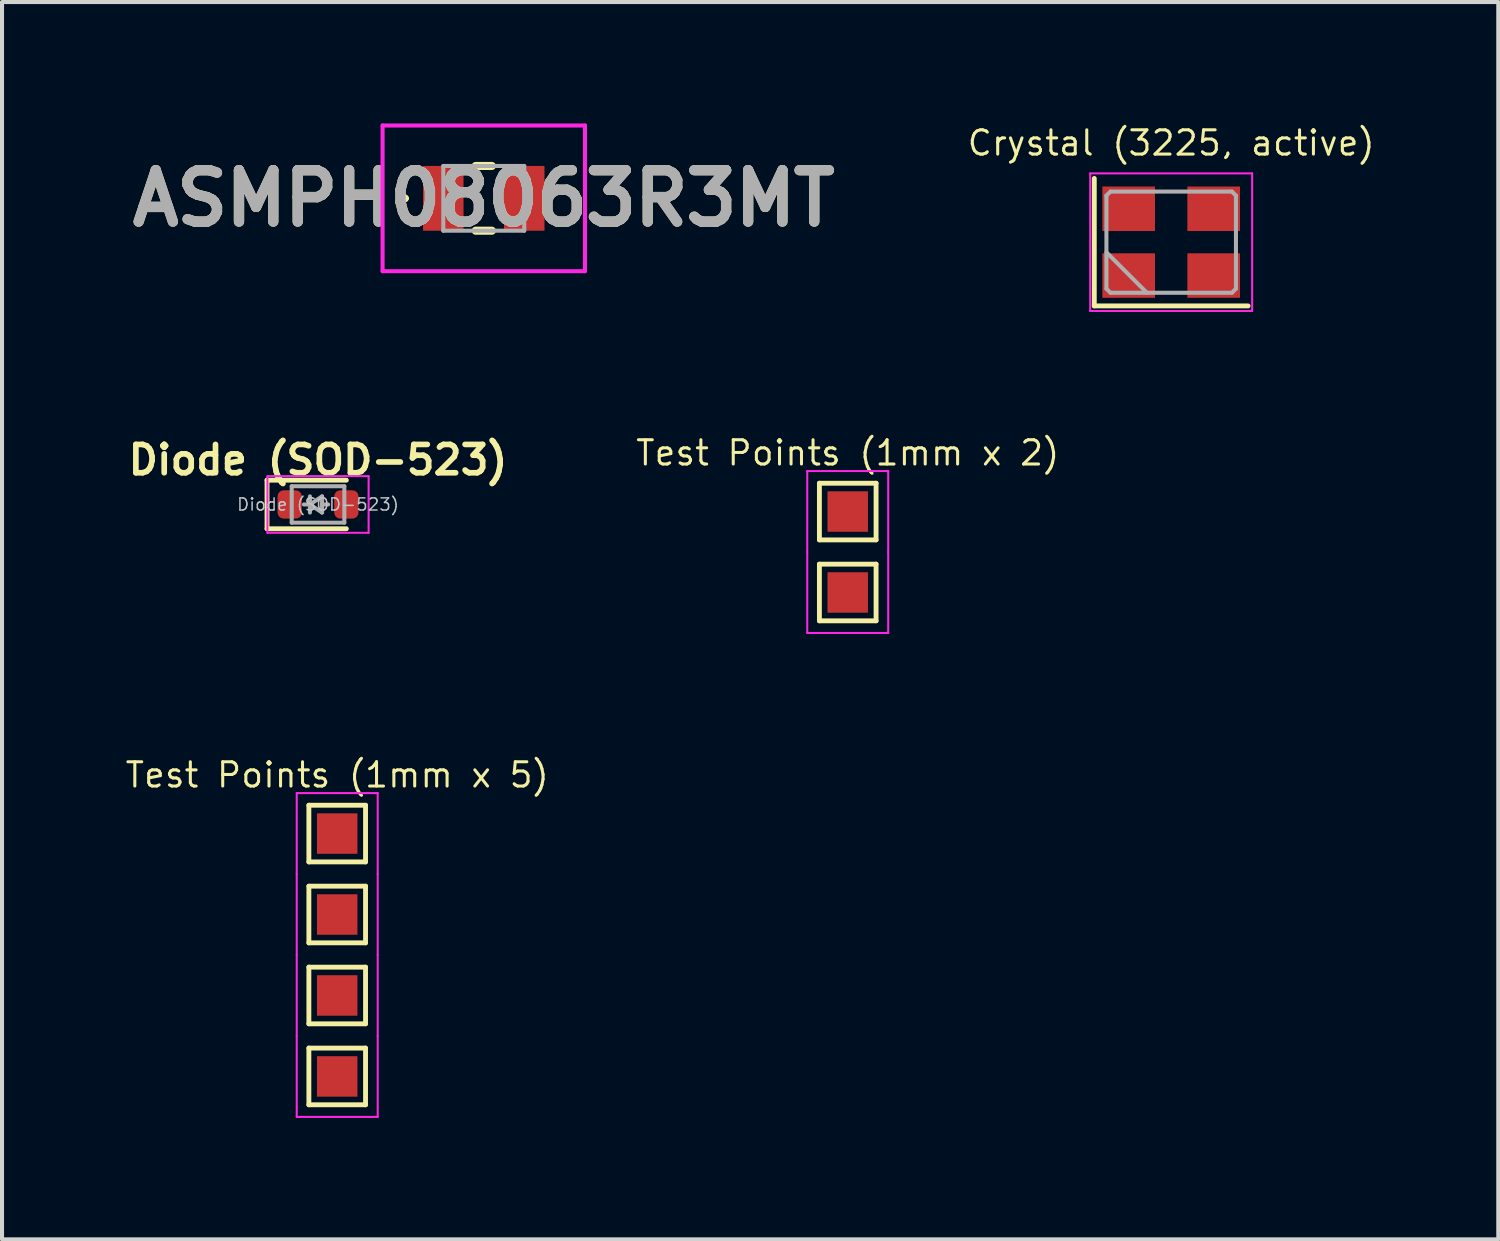
<source format=kicad_pcb>
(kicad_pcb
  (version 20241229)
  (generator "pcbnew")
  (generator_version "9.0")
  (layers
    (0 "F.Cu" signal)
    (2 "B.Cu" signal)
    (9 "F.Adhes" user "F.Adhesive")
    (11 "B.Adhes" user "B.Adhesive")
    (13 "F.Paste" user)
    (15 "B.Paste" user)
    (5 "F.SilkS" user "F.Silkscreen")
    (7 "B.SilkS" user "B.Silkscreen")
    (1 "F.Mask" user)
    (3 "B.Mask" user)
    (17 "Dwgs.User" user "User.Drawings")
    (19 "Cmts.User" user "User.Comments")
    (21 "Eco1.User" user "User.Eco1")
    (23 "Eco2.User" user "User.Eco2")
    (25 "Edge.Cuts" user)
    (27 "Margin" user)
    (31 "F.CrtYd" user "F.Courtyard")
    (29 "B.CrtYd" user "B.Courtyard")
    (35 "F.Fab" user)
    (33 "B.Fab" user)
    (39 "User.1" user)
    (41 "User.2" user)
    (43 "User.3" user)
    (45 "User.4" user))
  (footprint "Diode (SOD-523)"
    (layer "F.Cu")
    (at 4.807 9.413)
    (property "Reference" "Diode (SOD-523)" (at 0 -1.1 0) (layer "F.SilkS") (effects (font (size 0.7 0.7) (thickness 0.14) (bold yes))))
    (property "Value" "Diode (SOD-523)" (at 0 1.4 0) (layer "F.Fab") (hide yes) (effects (font (size 1 1) (thickness 0.15))))
    (attr smd)
    (fp_line (start -1.26 -0.6) (end -1.26 0.6) (stroke (width 0.12) (type solid)) (layer "F.SilkS"))
    (fp_line (start 0.7 -0.6) (end -1.26 -0.6) (stroke (width 0.12) (type solid)) (layer "F.SilkS"))
    (fp_line (start 0.7 0.6) (end -1.26 0.6) (stroke (width 0.12) (type solid)) (layer "F.SilkS"))
    (fp_line (start -1.25 -0.7) (end 1.25 -0.7) (stroke (width 0.05) (type solid)) (layer "F.CrtYd"))
    (fp_line (start -1.25 0.7) (end -1.25 -0.7) (stroke (width 0.05) (type solid)) (layer "F.CrtYd"))
    (fp_line (start 1.25 -0.7) (end 1.25 0.7) (stroke (width 0.05) (type solid)) (layer "F.CrtYd"))
    (fp_line (start 1.25 0.7) (end -1.25 0.7) (stroke (width 0.05) (type solid)) (layer "F.CrtYd"))
    (fp_line (start -0.65 -0.45) (end 0.65 -0.45) (stroke (width 0.1) (type solid)) (layer "F.Fab"))
    (fp_line (start -0.65 0.45) (end -0.65 -0.45) (stroke (width 0.1) (type solid)) (layer "F.Fab"))
    (fp_line (start -0.2 0) (end -0.35 0) (stroke (width 0.1) (type solid)) (layer "F.Fab"))
    (fp_line (start -0.2 0) (end 0.1 0.2) (stroke (width 0.1) (type solid)) (layer "F.Fab"))
    (fp_line (start -0.2 0.2) (end -0.2 -0.2) (stroke (width 0.1) (type solid)) (layer "F.Fab"))
    (fp_line (start 0.1 -0.2) (end -0.2 0) (stroke (width 0.1) (type solid)) (layer "F.Fab"))
    (fp_line (start 0.1 0) (end 0.25 0) (stroke (width 0.1) (type solid)) (layer "F.Fab"))
    (fp_line (start 0.1 0.2) (end 0.1 -0.2) (stroke (width 0.1) (type solid)) (layer "F.Fab"))
    (fp_line (start 0.65 -0.45) (end 0.65 0.45) (stroke (width 0.1) (type solid)) (layer "F.Fab"))
    (fp_line (start 0.65 0.45) (end -0.65 0.45) (stroke (width 0.1) (type solid)) (layer "F.Fab"))
    (fp_text user "${VALUE}" (at 0 0 0) (layer "Dwgs.User") (effects (font (size 0.3 0.3) (thickness 0.037))))
    (pad "1" smd roundrect (at -0.7 0 180) (size 0.6 0.7) (layers "F.Cu" "F.Mask" "F.Paste") (roundrect_rratio 0.25))
    (pad "2" smd roundrect (at 0.7 0 180) (size 0.6 0.7) (layers "F.Cu" "F.Mask" "F.Paste") (roundrect_rratio 0.25)))
  (footprint "Test Points (1mm x 2)"
    (layer "F.Cu")
    (at 17.894 9.588)
    (property "Reference" "Test Points (1mm x 2)" (at 0 -1.448 0) (layer "F.SilkS") (effects (font (size 0.6 0.6) (thickness 0.075))))
    (attr exclude_from_pos_files exclude_from_bom)
    (fp_line (start -0.7 -0.7) (end 0.7 -0.7) (stroke (width 0.12) (type solid)) (layer "F.SilkS"))
    (fp_line (start -0.7 0.7) (end -0.7 -0.7) (stroke (width 0.12) (type solid)) (layer "F.SilkS"))
    (fp_line (start -0.7 1.3) (end 0.7 1.3) (stroke (width 0.12) (type solid)) (layer "F.SilkS"))
    (fp_line (start -0.7 2.7) (end -0.7 1.3) (stroke (width 0.12) (type solid)) (layer "F.SilkS"))
    (fp_line (start 0.7 -0.7) (end 0.7 0.7) (stroke (width 0.12) (type solid)) (layer "F.SilkS"))
    (fp_line (start 0.7 0.7) (end -0.7 0.7) (stroke (width 0.12) (type solid)) (layer "F.SilkS"))
    (fp_line (start 0.7 1.3) (end 0.7 2.7) (stroke (width 0.12) (type solid)) (layer "F.SilkS"))
    (fp_line (start 0.7 2.7) (end -0.7 2.7) (stroke (width 0.12) (type solid)) (layer "F.SilkS"))
    (fp_line (start -1 -1) (end -1 1) (stroke (width 0.05) (type solid)) (layer "F.CrtYd"))
    (fp_line (start -1 -1) (end 1 -1) (stroke (width 0.05) (type solid)) (layer "F.CrtYd"))
    (fp_line (start -1 1) (end -1 3) (stroke (width 0.05) (type solid)) (layer "F.CrtYd"))
    (fp_line (start 1 1) (end 1 -1) (stroke (width 0.05) (type solid)) (layer "F.CrtYd"))
    (fp_line (start 1 3) (end -1 3) (stroke (width 0.05) (type solid)) (layer "F.CrtYd"))
    (fp_line (start 1 3) (end 1 1) (stroke (width 0.05) (type solid)) (layer "F.CrtYd"))
    (pad "1" smd rect (at 0 0) (size 1 1) (layers "F.Cu" "F.Mask"))
    (pad "2" smd rect (at 0 2) (size 1 1) (layers "F.Cu" "F.Mask")))
  (footprint "ASMPH08063R3MT"
    (layer "F.Cu")
    (at 8.902 1.85)
    (property "Reference" "ASMPH08063R3MT" (at 0 0 0) (layer "F.SilkS") (effects (font (size 1.27 1.27) (thickness 0.254))))
    (attr smd)
    (fp_line (start -2 0) (end -2 0) (stroke (width 0.1) (type solid)) (layer "F.SilkS"))
    (fp_line (start -1.9 0) (end -1.9 0) (stroke (width 0.1) (type solid)) (layer "F.SilkS"))
    (fp_line (start -0.2 -0.8) (end 0.2 -0.8) (stroke (width 0.2) (type solid)) (layer "F.SilkS"))
    (fp_line (start -0.2 0.8) (end 0.2 0.8) (stroke (width 0.2) (type solid)) (layer "F.SilkS"))
    (fp_arc (start -2 0) (mid -1.95 -0.05) (end -1.9 0) (stroke (width 0.1) (type solid)) (layer "F.SilkS"))
    (fp_arc (start -1.9 0) (mid -1.95 0.05) (end -2 0) (stroke (width 0.1) (type solid)) (layer "F.SilkS"))
    (fp_line (start -2.5 -1.8) (end 2.5 -1.8) (stroke (width 0.1) (type solid)) (layer "F.CrtYd"))
    (fp_line (start -2.5 1.8) (end -2.5 -1.8) (stroke (width 0.1) (type solid)) (layer "F.CrtYd"))
    (fp_line (start 2.5 -1.8) (end 2.5 1.8) (stroke (width 0.1) (type solid)) (layer "F.CrtYd"))
    (fp_line (start 2.5 1.8) (end -2.5 1.8) (stroke (width 0.1) (type solid)) (layer "F.CrtYd"))
    (fp_line (start -1 -0.8) (end 1 -0.8) (stroke (width 0.1) (type solid)) (layer "F.Fab"))
    (fp_line (start -1 0.8) (end -1 -0.8) (stroke (width 0.1) (type solid)) (layer "F.Fab"))
    (fp_line (start 1 -0.8) (end 1 0.8) (stroke (width 0.1) (type solid)) (layer "F.Fab"))
    (fp_line (start 1 0.8) (end -1 0.8) (stroke (width 0.1) (type solid)) (layer "F.Fab"))
    (fp_text user "${REFERENCE}" (at 0 0 0) (layer "F.Fab") (effects (font (size 1.27 1.27) (thickness 0.254))))
    (pad "1" smd rect (at -1 0) (size 1 1.6) (layers "F.Cu" "F.Mask" "F.Paste"))
    (pad "2" smd rect (at 1 0) (size 1 1.6) (layers "F.Cu" "F.Mask" "F.Paste")))
  (footprint "Test Points (1mm x 5)"
    (layer "F.Cu")
    (at 5.281 17.544)
    (property "Reference" "Test Points (1mm x 5)" (at 0 -1.448 0) (layer "F.SilkS") (effects (font (size 0.6 0.6) (thickness 0.075))))
    (attr exclude_from_pos_files exclude_from_bom)
    (fp_line (start -0.7 -0.7) (end 0.7 -0.7) (stroke (width 0.12) (type solid)) (layer "F.SilkS"))
    (fp_line (start -0.7 0.7) (end -0.7 -0.7) (stroke (width 0.12) (type solid)) (layer "F.SilkS"))
    (fp_line (start -0.7 1.3) (end 0.7 1.3) (stroke (width 0.12) (type solid)) (layer "F.SilkS"))
    (fp_line (start -0.7 2.7) (end -0.7 1.3) (stroke (width 0.12) (type solid)) (layer "F.SilkS"))
    (fp_line (start -0.7 3.3) (end 0.7 3.3) (stroke (width 0.12) (type solid)) (layer "F.SilkS"))
    (fp_line (start -0.7 4.7) (end -0.7 3.3) (stroke (width 0.12) (type solid)) (layer "F.SilkS"))
    (fp_line (start -0.7 5.3) (end 0.7 5.3) (stroke (width 0.12) (type solid)) (layer "F.SilkS"))
    (fp_line (start -0.7 6.7) (end -0.7 5.3) (stroke (width 0.12) (type solid)) (layer "F.SilkS"))
    (fp_line (start 0.7 -0.7) (end 0.7 0.7) (stroke (width 0.12) (type solid)) (layer "F.SilkS"))
    (fp_line (start 0.7 0.7) (end -0.7 0.7) (stroke (width 0.12) (type solid)) (layer "F.SilkS"))
    (fp_line (start 0.7 1.3) (end 0.7 2.7) (stroke (width 0.12) (type solid)) (layer "F.SilkS"))
    (fp_line (start 0.7 2.7) (end -0.7 2.7) (stroke (width 0.12) (type solid)) (layer "F.SilkS"))
    (fp_line (start 0.7 3.3) (end 0.7 4.7) (stroke (width 0.12) (type solid)) (layer "F.SilkS"))
    (fp_line (start 0.7 4.7) (end -0.7 4.7) (stroke (width 0.12) (type solid)) (layer "F.SilkS"))
    (fp_line (start 0.7 5.3) (end 0.7 6.7) (stroke (width 0.12) (type solid)) (layer "F.SilkS"))
    (fp_line (start 0.7 6.7) (end -0.7 6.7) (stroke (width 0.12) (type solid)) (layer "F.SilkS"))
    (fp_line (start -1 -1) (end -1 1) (stroke (width 0.05) (type solid)) (layer "F.CrtYd"))
    (fp_line (start -1 -1) (end 1 -1) (stroke (width 0.05) (type solid)) (layer "F.CrtYd"))
    (fp_line (start -1 1) (end -1 3) (stroke (width 0.05) (type solid)) (layer "F.CrtYd"))
    (fp_line (start -1 3) (end -1 5) (stroke (width 0.05) (type solid)) (layer "F.CrtYd"))
    (fp_line (start -1 5) (end -1 7) (stroke (width 0.05) (type solid)) (layer "F.CrtYd"))
    (fp_line (start 1 1) (end 1 -1) (stroke (width 0.05) (type solid)) (layer "F.CrtYd"))
    (fp_line (start 1 3) (end 1 1) (stroke (width 0.05) (type solid)) (layer "F.CrtYd"))
    (fp_line (start 1 5) (end 1 3) (stroke (width 0.05) (type solid)) (layer "F.CrtYd"))
    (fp_line (start 1 7) (end -1 7) (stroke (width 0.05) (type solid)) (layer "F.CrtYd"))
    (fp_line (start 1 7) (end 1 5) (stroke (width 0.05) (type solid)) (layer "F.CrtYd"))
    (pad "1" smd rect (at 0 0) (size 1 1) (layers "F.Cu" "F.Mask"))
    (pad "2" smd rect (at 0 2) (size 1 1) (layers "F.Cu" "F.Mask"))
    (pad "3" smd rect (at 0 4) (size 1 1) (layers "F.Cu" "F.Mask"))
    (pad "4" smd rect (at 0 6) (size 1 1) (layers "F.Cu" "F.Mask")))
  (footprint "Crystal (3225, active)"
    (layer "F.Cu")
    (at 25.885 2.933)
    (property "Reference" "Crystal (3225, active)" (at 0 -2.45 0) (layer "F.SilkS") (effects (font (size 0.6 0.6) (thickness 0.075))))
    (attr smd)
    (fp_line (start -1.9 -1.575) (end -1.9 1.575) (stroke (width 0.12) (type solid)) (layer "F.SilkS"))
    (fp_line (start -1.9 1.575) (end 1.9 1.575) (stroke (width 0.12) (type solid)) (layer "F.SilkS"))
    (fp_line (start -2 -1.7) (end -2 1.7) (stroke (width 0.05) (type solid)) (layer "F.CrtYd"))
    (fp_line (start -2 1.7) (end 2 1.7) (stroke (width 0.05) (type solid)) (layer "F.CrtYd"))
    (fp_line (start 2 -1.7) (end -2 -1.7) (stroke (width 0.05) (type solid)) (layer "F.CrtYd"))
    (fp_line (start 2 1.7) (end 2 -1.7) (stroke (width 0.05) (type solid)) (layer "F.CrtYd"))
    (fp_line (start -1.6 -1.15) (end -1.5 -1.25) (stroke (width 0.1) (type solid)) (layer "F.Fab"))
    (fp_line (start -1.6 0.25) (end -0.6 1.25) (stroke (width 0.1) (type solid)) (layer "F.Fab"))
    (fp_line (start -1.6 1.15) (end -1.6 -1.15) (stroke (width 0.1) (type solid)) (layer "F.Fab"))
    (fp_line (start -1.5 -1.25) (end 1.5 -1.25) (stroke (width 0.1) (type solid)) (layer "F.Fab"))
    (fp_line (start -1.5 1.25) (end -1.6 1.15) (stroke (width 0.1) (type solid)) (layer "F.Fab"))
    (fp_line (start 1.5 -1.25) (end 1.6 -1.15) (stroke (width 0.1) (type solid)) (layer "F.Fab"))
    (fp_line (start 1.5 1.25) (end -1.5 1.25) (stroke (width 0.1) (type solid)) (layer "F.Fab"))
    (fp_line (start 1.6 -1.15) (end 1.6 1.15) (stroke (width 0.1) (type solid)) (layer "F.Fab"))
    (fp_line (start 1.6 1.15) (end 1.5 1.25) (stroke (width 0.1) (type solid)) (layer "F.Fab"))
    (pad "1" smd rect (at -1.05 0.825) (size 1.3 1.1) (layers "F.Cu" "F.Mask" "F.Paste"))
    (pad "2" smd rect (at 1.05 0.825) (size 1.3 1.1) (layers "F.Cu" "F.Mask" "F.Paste"))
    (pad "3" smd rect (at 1.05 -0.825) (size 1.3 1.1) (layers "F.Cu" "F.Mask" "F.Paste"))
    (pad "4" smd rect (at -1.05 -0.825) (size 1.3 1.1) (layers "F.Cu" "F.Mask" "F.Paste")))
  (gr_rect
    (start -3 -3)
    (end 33.966 27.569)
    (stroke (width 0.1) (type default))
    (fill no)
    (layer "Edge.Cuts")))
</source>
